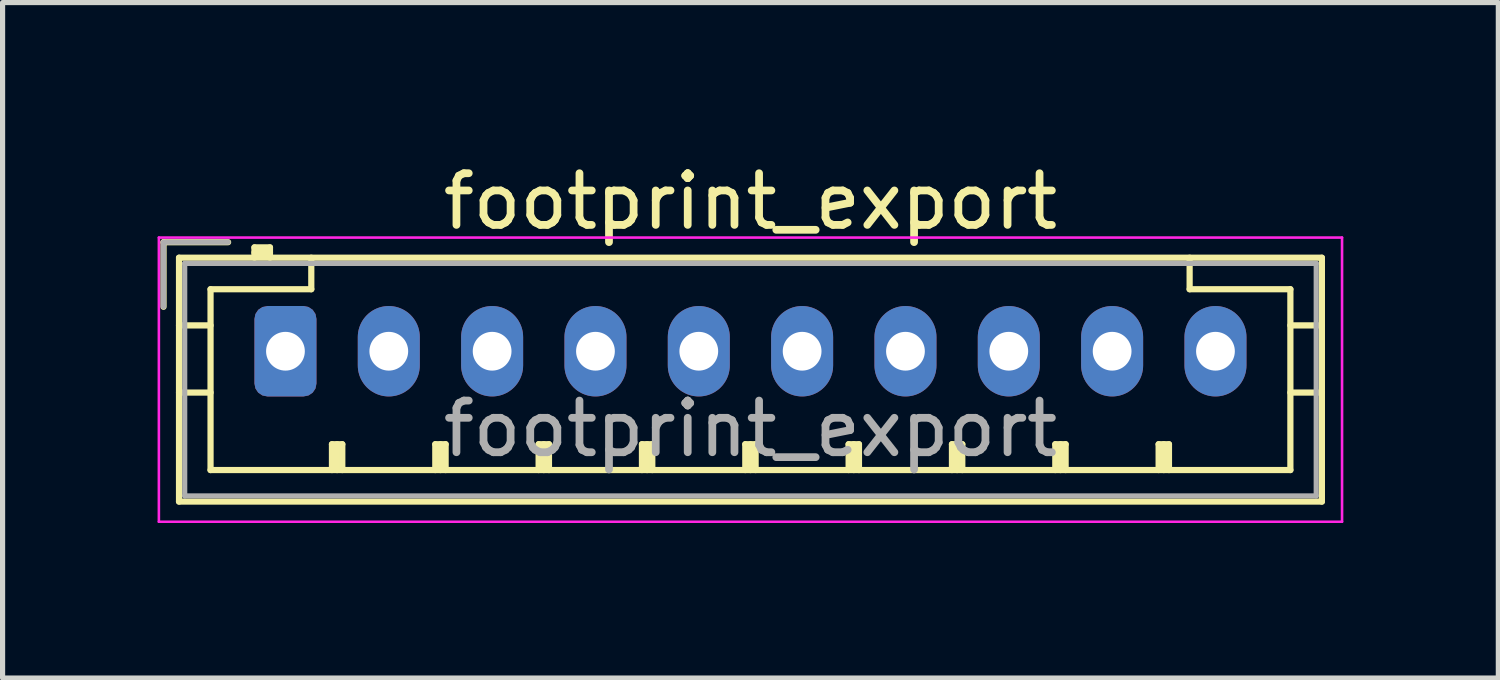
<source format=kicad_pcb>
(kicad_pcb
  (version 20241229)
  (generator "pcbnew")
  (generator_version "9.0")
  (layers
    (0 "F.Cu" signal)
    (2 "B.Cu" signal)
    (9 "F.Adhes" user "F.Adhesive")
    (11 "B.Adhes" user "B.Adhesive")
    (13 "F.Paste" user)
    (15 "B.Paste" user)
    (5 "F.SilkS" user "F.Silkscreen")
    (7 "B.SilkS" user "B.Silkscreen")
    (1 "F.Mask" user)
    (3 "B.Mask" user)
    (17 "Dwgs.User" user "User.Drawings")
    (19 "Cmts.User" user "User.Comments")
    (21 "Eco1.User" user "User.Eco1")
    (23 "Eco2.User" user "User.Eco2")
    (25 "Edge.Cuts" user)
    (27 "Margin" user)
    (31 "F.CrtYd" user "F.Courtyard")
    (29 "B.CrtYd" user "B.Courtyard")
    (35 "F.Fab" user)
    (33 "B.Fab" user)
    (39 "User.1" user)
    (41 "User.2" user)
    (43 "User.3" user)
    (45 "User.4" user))
  (footprint "footprint_export"
    (layer "F.Cu")
    (at 2.475 3.748)
    (property "Reference" "footprint_export" (at 9 -2.9 0) (layer "F.SilkS") (effects (font (size 1 1) (thickness 0.15))))
    (attr through_hole)
    (fp_line (start -2.36 -2.11) (end -2.36 -0.86) (stroke (width 0.12) (type solid)) (layer "F.SilkS"))
    (fp_line (start -2.06 -1.81) (end -2.06 2.91) (stroke (width 0.12) (type solid)) (layer "F.SilkS"))
    (fp_line (start -2.06 -0.5) (end -1.45 -0.5) (stroke (width 0.12) (type solid)) (layer "F.SilkS"))
    (fp_line (start -2.06 0.8) (end -1.45 0.8) (stroke (width 0.12) (type solid)) (layer "F.SilkS"))
    (fp_line (start -2.06 2.91) (end 20.06 2.91) (stroke (width 0.12) (type solid)) (layer "F.SilkS"))
    (fp_line (start -1.45 -1.2) (end -1.45 2.3) (stroke (width 0.12) (type solid)) (layer "F.SilkS"))
    (fp_line (start -1.45 2.3) (end 19.45 2.3) (stroke (width 0.12) (type solid)) (layer "F.SilkS"))
    (fp_line (start -1.11 -2.11) (end -2.36 -2.11) (stroke (width 0.12) (type solid)) (layer "F.SilkS"))
    (fp_line (start -0.6 -2.01) (end -0.6 -1.81) (stroke (width 0.12) (type solid)) (layer "F.SilkS"))
    (fp_line (start -0.3 -2.01) (end -0.6 -2.01) (stroke (width 0.12) (type solid)) (layer "F.SilkS"))
    (fp_line (start -0.3 -1.91) (end -0.6 -1.91) (stroke (width 0.12) (type solid)) (layer "F.SilkS"))
    (fp_line (start -0.3 -1.81) (end -0.3 -2.01) (stroke (width 0.12) (type solid)) (layer "F.SilkS"))
    (fp_line (start 0.5 -1.81) (end 0.5 -1.2) (stroke (width 0.12) (type solid)) (layer "F.SilkS"))
    (fp_line (start 0.5 -1.2) (end -1.45 -1.2) (stroke (width 0.12) (type solid)) (layer "F.SilkS"))
    (fp_line (start 0.9 1.8) (end 1.1 1.8) (stroke (width 0.12) (type solid)) (layer "F.SilkS"))
    (fp_line (start 0.9 2.3) (end 0.9 1.8) (stroke (width 0.12) (type solid)) (layer "F.SilkS"))
    (fp_line (start 1 2.3) (end 1 1.8) (stroke (width 0.12) (type solid)) (layer "F.SilkS"))
    (fp_line (start 1.1 1.8) (end 1.1 2.3) (stroke (width 0.12) (type solid)) (layer "F.SilkS"))
    (fp_line (start 2.9 1.8) (end 3.1 1.8) (stroke (width 0.12) (type solid)) (layer "F.SilkS"))
    (fp_line (start 2.9 2.3) (end 2.9 1.8) (stroke (width 0.12) (type solid)) (layer "F.SilkS"))
    (fp_line (start 3 2.3) (end 3 1.8) (stroke (width 0.12) (type solid)) (layer "F.SilkS"))
    (fp_line (start 3.1 1.8) (end 3.1 2.3) (stroke (width 0.12) (type solid)) (layer "F.SilkS"))
    (fp_line (start 4.9 1.8) (end 5.1 1.8) (stroke (width 0.12) (type solid)) (layer "F.SilkS"))
    (fp_line (start 4.9 2.3) (end 4.9 1.8) (stroke (width 0.12) (type solid)) (layer "F.SilkS"))
    (fp_line (start 5 2.3) (end 5 1.8) (stroke (width 0.12) (type solid)) (layer "F.SilkS"))
    (fp_line (start 5.1 1.8) (end 5.1 2.3) (stroke (width 0.12) (type solid)) (layer "F.SilkS"))
    (fp_line (start 6.9 1.8) (end 7.1 1.8) (stroke (width 0.12) (type solid)) (layer "F.SilkS"))
    (fp_line (start 6.9 2.3) (end 6.9 1.8) (stroke (width 0.12) (type solid)) (layer "F.SilkS"))
    (fp_line (start 7 2.3) (end 7 1.8) (stroke (width 0.12) (type solid)) (layer "F.SilkS"))
    (fp_line (start 7.1 1.8) (end 7.1 2.3) (stroke (width 0.12) (type solid)) (layer "F.SilkS"))
    (fp_line (start 8.9 1.8) (end 9.1 1.8) (stroke (width 0.12) (type solid)) (layer "F.SilkS"))
    (fp_line (start 8.9 2.3) (end 8.9 1.8) (stroke (width 0.12) (type solid)) (layer "F.SilkS"))
    (fp_line (start 9 2.3) (end 9 1.8) (stroke (width 0.12) (type solid)) (layer "F.SilkS"))
    (fp_line (start 9.1 1.8) (end 9.1 2.3) (stroke (width 0.12) (type solid)) (layer "F.SilkS"))
    (fp_line (start 10.9 1.8) (end 11.1 1.8) (stroke (width 0.12) (type solid)) (layer "F.SilkS"))
    (fp_line (start 10.9 2.3) (end 10.9 1.8) (stroke (width 0.12) (type solid)) (layer "F.SilkS"))
    (fp_line (start 11 2.3) (end 11 1.8) (stroke (width 0.12) (type solid)) (layer "F.SilkS"))
    (fp_line (start 11.1 1.8) (end 11.1 2.3) (stroke (width 0.12) (type solid)) (layer "F.SilkS"))
    (fp_line (start 12.9 1.8) (end 13.1 1.8) (stroke (width 0.12) (type solid)) (layer "F.SilkS"))
    (fp_line (start 12.9 2.3) (end 12.9 1.8) (stroke (width 0.12) (type solid)) (layer "F.SilkS"))
    (fp_line (start 13 2.3) (end 13 1.8) (stroke (width 0.12) (type solid)) (layer "F.SilkS"))
    (fp_line (start 13.1 1.8) (end 13.1 2.3) (stroke (width 0.12) (type solid)) (layer "F.SilkS"))
    (fp_line (start 14.9 1.8) (end 15.1 1.8) (stroke (width 0.12) (type solid)) (layer "F.SilkS"))
    (fp_line (start 14.9 2.3) (end 14.9 1.8) (stroke (width 0.12) (type solid)) (layer "F.SilkS"))
    (fp_line (start 15 2.3) (end 15 1.8) (stroke (width 0.12) (type solid)) (layer "F.SilkS"))
    (fp_line (start 15.1 1.8) (end 15.1 2.3) (stroke (width 0.12) (type solid)) (layer "F.SilkS"))
    (fp_line (start 16.9 1.8) (end 17.1 1.8) (stroke (width 0.12) (type solid)) (layer "F.SilkS"))
    (fp_line (start 16.9 2.3) (end 16.9 1.8) (stroke (width 0.12) (type solid)) (layer "F.SilkS"))
    (fp_line (start 17 2.3) (end 17 1.8) (stroke (width 0.12) (type solid)) (layer "F.SilkS"))
    (fp_line (start 17.1 1.8) (end 17.1 2.3) (stroke (width 0.12) (type solid)) (layer "F.SilkS"))
    (fp_line (start 17.5 -1.2) (end 17.5 -1.81) (stroke (width 0.12) (type solid)) (layer "F.SilkS"))
    (fp_line (start 19.45 -1.2) (end 17.5 -1.2) (stroke (width 0.12) (type solid)) (layer "F.SilkS"))
    (fp_line (start 19.45 2.3) (end 19.45 -1.2) (stroke (width 0.12) (type solid)) (layer "F.SilkS"))
    (fp_line (start 20.06 -1.81) (end -2.06 -1.81) (stroke (width 0.12) (type solid)) (layer "F.SilkS"))
    (fp_line (start 20.06 -0.5) (end 19.45 -0.5) (stroke (width 0.12) (type solid)) (layer "F.SilkS"))
    (fp_line (start 20.06 0.8) (end 19.45 0.8) (stroke (width 0.12) (type solid)) (layer "F.SilkS"))
    (fp_line (start 20.06 2.91) (end 20.06 -1.81) (stroke (width 0.12) (type solid)) (layer "F.SilkS"))
    (fp_line (start -2.45 -2.2) (end -2.45 3.3) (stroke (width 0.05) (type solid)) (layer "F.CrtYd"))
    (fp_line (start -2.45 3.3) (end 20.45 3.3) (stroke (width 0.05) (type solid)) (layer "F.CrtYd"))
    (fp_line (start 20.45 -2.2) (end -2.45 -2.2) (stroke (width 0.05) (type solid)) (layer "F.CrtYd"))
    (fp_line (start 20.45 3.3) (end 20.45 -2.2) (stroke (width 0.05) (type solid)) (layer "F.CrtYd"))
    (fp_line (start -2.36 -2.11) (end -2.36 -0.86) (stroke (width 0.1) (type solid)) (layer "F.Fab"))
    (fp_line (start -1.95 -1.7) (end -1.95 2.8) (stroke (width 0.1) (type solid)) (layer "F.Fab"))
    (fp_line (start -1.95 2.8) (end 19.95 2.8) (stroke (width 0.1) (type solid)) (layer "F.Fab"))
    (fp_line (start -1.11 -2.11) (end -2.36 -2.11) (stroke (width 0.1) (type solid)) (layer "F.Fab"))
    (fp_line (start 19.95 -1.7) (end -1.95 -1.7) (stroke (width 0.1) (type solid)) (layer "F.Fab"))
    (fp_line (start 19.95 2.8) (end 19.95 -1.7) (stroke (width 0.1) (type solid)) (layer "F.Fab"))
    (fp_text user "${REFERENCE}" (at 9 1.5 0) (layer "F.Fab") (effects (font (size 1 1) (thickness 0.15))))
    (pad "1" thru_hole roundrect (at 0 0) (size 1.2 1.75) (drill 0.75) (layers "*.Cu" "*.Mask") (roundrect_rratio 0.208))
    (pad "2" thru_hole oval (at 2 0) (size 1.2 1.75) (drill 0.75) (layers "*.Cu" "*.Mask"))
    (pad "3" thru_hole oval (at 4 0) (size 1.2 1.75) (drill 0.75) (layers "*.Cu" "*.Mask"))
    (pad "4" thru_hole oval (at 6 0) (size 1.2 1.75) (drill 0.75) (layers "*.Cu" "*.Mask"))
    (pad "5" thru_hole oval (at 8 0) (size 1.2 1.75) (drill 0.75) (layers "*.Cu" "*.Mask"))
    (pad "6" thru_hole oval (at 10 0) (size 1.2 1.75) (drill 0.75) (layers "*.Cu" "*.Mask"))
    (pad "7" thru_hole oval (at 12 0) (size 1.2 1.75) (drill 0.75) (layers "*.Cu" "*.Mask"))
    (pad "8" thru_hole oval (at 14 0) (size 1.2 1.75) (drill 0.75) (layers "*.Cu" "*.Mask"))
    (pad "9" thru_hole oval (at 16 0) (size 1.2 1.75) (drill 0.75) (layers "*.Cu" "*.Mask"))
    (pad "10" thru_hole oval (at 18 0) (size 1.2 1.75) (drill 0.75) (layers "*.Cu" "*.Mask")))
  (gr_rect
    (start -3 -3)
    (end 25.95 10.073)
    (stroke (width 0.1) (type default))
    (fill no)
    (layer "Edge.Cuts")))
</source>
